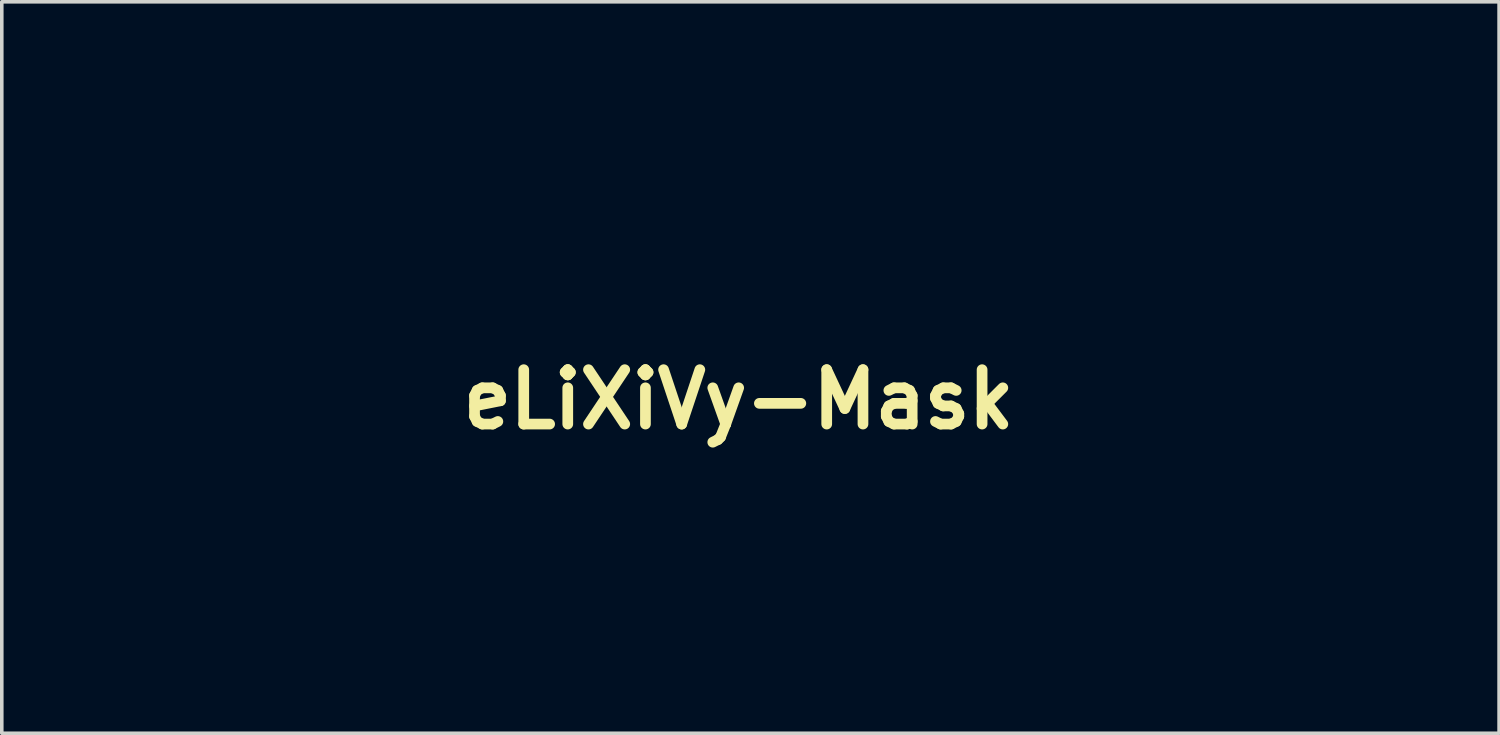
<source format=kicad_pcb>
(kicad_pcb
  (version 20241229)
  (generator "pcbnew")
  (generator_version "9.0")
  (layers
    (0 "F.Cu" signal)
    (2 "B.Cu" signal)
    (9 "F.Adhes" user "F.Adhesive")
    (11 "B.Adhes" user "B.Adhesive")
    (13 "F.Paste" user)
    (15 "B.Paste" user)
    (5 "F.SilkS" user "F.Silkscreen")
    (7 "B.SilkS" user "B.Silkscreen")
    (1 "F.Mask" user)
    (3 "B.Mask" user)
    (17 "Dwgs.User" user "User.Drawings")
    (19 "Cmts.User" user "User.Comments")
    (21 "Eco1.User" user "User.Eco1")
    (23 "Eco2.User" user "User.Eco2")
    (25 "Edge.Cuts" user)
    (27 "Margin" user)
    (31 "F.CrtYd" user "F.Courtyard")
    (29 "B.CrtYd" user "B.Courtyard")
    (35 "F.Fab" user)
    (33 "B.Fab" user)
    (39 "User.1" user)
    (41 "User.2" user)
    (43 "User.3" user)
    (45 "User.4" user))
  (footprint "eLiXiVy-Mask"
    (layer "F.Cu")
    (at 17.651 8.145)
    (property "Reference" "eLiXiVy-Mask" (at 0 0 0) (layer "F.SilkS") (effects (font (size 1.524 1.524) (thickness 0.3))))
    (attr through_hole)
    (fp_poly (pts (xy 9.717 -0.792) (xy 9.836 -0.752) (xy 9.941 -0.68) (xy 10.026 -0.576) (xy 10.04 -0.553) (xy 10.064 -0.505) (xy 10.081 -0.461) (xy 10.09 -0.409) (xy 10.095 -0.341) (xy 10.096 -0.244) (xy 10.097 -0.2) (xy 10.092 -0.053) (xy 10.078 0.06) (xy 10.051 0.149) (xy 10.008 0.22) (xy 9.947 0.283) (xy 9.935 0.293) (xy 9.824 0.359) (xy 9.694 0.395) (xy 9.559 0.4) (xy 9.432 0.372) (xy 9.407 0.362) (xy 9.305 0.295) (xy 9.219 0.199) (xy 9.159 0.086) (xy 9.142 0.032) (xy 9.129 -0.063) (xy 9.124 -0.176) (xy 9.129 -0.294) (xy 9.141 -0.403) (xy 9.16 -0.491) (xy 9.174 -0.529) (xy 9.254 -0.643) (xy 9.355 -0.726) (xy 9.47 -0.779) (xy 9.593 -0.801) (xy 9.717 -0.792)) (stroke (width 0.01) (type solid)) (fill yes) (layer "F.Mask"))
    (fp_poly (pts (xy 3.127 -0.764) (xy 3.248 -0.688) (xy 3.284 -0.654) (xy 3.345 -0.586) (xy 3.386 -0.518) (xy 3.412 -0.438) (xy 3.425 -0.338) (xy 3.429 -0.206) (xy 3.429 -0.201) (xy 3.425 -0.065) (xy 3.411 0.039) (xy 3.385 0.122) (xy 3.343 0.193) (xy 3.306 0.238) (xy 3.195 0.331) (xy 3.07 0.387) (xy 2.935 0.404) (xy 2.797 0.381) (xy 2.707 0.343) (xy 2.613 0.281) (xy 2.542 0.2) (xy 2.53 0.181) (xy 2.502 0.133) (xy 2.483 0.09) (xy 2.471 0.04) (xy 2.464 -0.026) (xy 2.46 -0.12) (xy 2.459 -0.165) (xy 2.458 -0.31) (xy 2.468 -0.422) (xy 2.491 -0.51) (xy 2.53 -0.582) (xy 2.587 -0.648) (xy 2.614 -0.673) (xy 2.737 -0.756) (xy 2.867 -0.799) (xy 2.999 -0.801) (xy 3.127 -0.764)) (stroke (width 0.01) (type solid)) (fill yes) (layer "F.Mask"))
    (fp_poly (pts (xy 3.053 0.838) (xy 3.171 0.88) (xy 3.275 0.953) (xy 3.359 1.054) (xy 3.389 1.111) (xy 3.396 1.128) (xy 3.403 1.149) (xy 3.408 1.176) (xy 3.412 1.213) (xy 3.416 1.262) (xy 3.419 1.325) (xy 3.422 1.407) (xy 3.424 1.509) (xy 3.425 1.635) (xy 3.427 1.787) (xy 3.427 1.969) (xy 3.428 2.183) (xy 3.428 2.432) (xy 3.428 2.719) (xy 3.429 2.892) (xy 3.429 4.588) (xy 3.37 4.702) (xy 3.293 4.813) (xy 3.194 4.89) (xy 3.07 4.934) (xy 2.955 4.948) (xy 2.862 4.948) (xy 2.794 4.938) (xy 2.735 4.916) (xy 2.72 4.908) (xy 2.636 4.858) (xy 2.578 4.808) (xy 2.533 4.743) (xy 2.505 4.688) (xy 2.456 4.583) (xy 2.456 2.886) (xy 2.455 1.19) (xy 2.514 1.077) (xy 2.593 0.968) (xy 2.693 0.89) (xy 2.807 0.842) (xy 2.93 0.825) (xy 3.053 0.838)) (stroke (width 0.01) (type solid)) (fill yes) (layer "F.Mask"))
    (fp_poly (pts (xy 9.659 0.829) (xy 9.798 0.855) (xy 9.913 0.916) (xy 10.009 1.014) (xy 10.028 1.041) (xy 10.086 1.129) (xy 10.086 4.649) (xy 10.028 4.737) (xy 9.941 4.841) (xy 9.838 4.908) (xy 9.712 4.942) (xy 9.643 4.948) (xy 9.541 4.948) (xy 9.463 4.935) (xy 9.407 4.914) (xy 9.315 4.853) (xy 9.232 4.766) (xy 9.17 4.667) (xy 9.146 4.604) (xy 9.142 4.564) (xy 9.138 4.487) (xy 9.134 4.375) (xy 9.131 4.233) (xy 9.128 4.065) (xy 9.126 3.875) (xy 9.124 3.668) (xy 9.123 3.446) (xy 9.122 3.215) (xy 9.122 2.978) (xy 9.122 2.74) (xy 9.122 2.504) (xy 9.123 2.275) (xy 9.125 2.057) (xy 9.127 1.853) (xy 9.129 1.668) (xy 9.132 1.507) (xy 9.135 1.372) (xy 9.139 1.268) (xy 9.143 1.2) (xy 9.146 1.174) (xy 9.179 1.094) (xy 9.233 1.011) (xy 9.253 0.986) (xy 9.35 0.898) (xy 9.461 0.846) (xy 9.591 0.828) (xy 9.659 0.829)) (stroke (width 0.01) (type solid)) (fill yes) (layer "F.Mask"))
    (fp_poly (pts (xy -10.168 2.914) (xy -10.109 2.935) (xy -10.028 2.969) (xy -9.931 3.014) (xy -9.883 3.036) (xy -9.696 3.122) (xy -9.532 3.185) (xy -9.385 3.227) (xy -9.243 3.25) (xy -9.099 3.257) (xy -9.041 3.256) (xy -8.836 3.249) (xy -8.561 3.594) (xy -8.461 3.719) (xy -8.35 3.851) (xy -8.24 3.979) (xy -8.139 4.094) (xy -8.066 4.173) (xy -7.845 4.407) (xy -7.542 4.553) (xy -7.429 4.61) (xy -7.338 4.659) (xy -7.274 4.698) (xy -7.242 4.724) (xy -7.239 4.73) (xy -7.254 4.764) (xy -7.297 4.82) (xy -7.36 4.889) (xy -7.438 4.967) (xy -7.525 5.048) (xy -7.614 5.124) (xy -7.651 5.153) (xy -7.847 5.298) (xy -8.066 5.447) (xy -8.3 5.596) (xy -8.542 5.741) (xy -8.786 5.878) (xy -9.025 6.003) (xy -9.251 6.113) (xy -9.458 6.203) (xy -9.623 6.264) (xy -9.759 6.304) (xy -9.891 6.332) (xy -10.011 6.347) (xy -10.112 6.349) (xy -10.187 6.338) (xy -10.226 6.315) (xy -10.251 6.284) (xy -10.269 6.251) (xy -10.283 6.21) (xy -10.292 6.155) (xy -10.299 6.077) (xy -10.305 5.97) (xy -10.31 5.842) (xy -10.316 5.699) (xy -10.322 5.59) (xy -10.331 5.507) (xy -10.342 5.442) (xy -10.356 5.388) (xy -10.369 5.352) (xy -10.448 5.188) (xy -10.556 5.022) (xy -10.683 4.867) (xy -10.712 4.836) (xy -10.838 4.708) (xy -10.733 4.471) (xy -10.673 4.33) (xy -10.61 4.172) (xy -10.545 4.003) (xy -10.482 3.829) (xy -10.421 3.656) (xy -10.365 3.489) (xy -10.316 3.334) (xy -10.275 3.197) (xy -10.245 3.083) (xy -10.227 2.999) (xy -10.223 2.96) (xy -10.211 2.921) (xy -10.196 2.909) (xy -10.168 2.914)) (stroke (width 0.01) (type solid)) (fill yes) (layer "F.Mask"))
    (fp_poly (pts (xy -1.338 -1.795) (xy -1.187 -1.747) (xy -1.054 -1.666) (xy -0.943 -1.554) (xy -0.874 -1.444) (xy -0.815 -1.323) (xy -0.803 3.661) (xy 0.408 3.666) (xy 0.665 3.668) (xy 0.883 3.669) (xy 1.066 3.67) (xy 1.217 3.672) (xy 1.34 3.674) (xy 1.438 3.676) (xy 1.514 3.68) (xy 1.573 3.683) (xy 1.617 3.688) (xy 1.651 3.694) (xy 1.677 3.701) (xy 1.699 3.71) (xy 1.718 3.718) (xy 1.83 3.788) (xy 1.934 3.885) (xy 2.016 3.996) (xy 2.039 4.04) (xy 2.072 4.148) (xy 2.086 4.277) (xy 2.081 4.409) (xy 2.057 4.528) (xy 2.04 4.573) (xy 1.956 4.711) (xy 1.842 4.821) (xy 1.731 4.889) (xy 1.602 4.953) (xy 0.002 4.952) (xy -0.312 4.952) (xy -0.586 4.951) (xy -0.823 4.95) (xy -1.025 4.949) (xy -1.195 4.947) (xy -1.334 4.945) (xy -1.447 4.942) (xy -1.534 4.939) (xy -1.599 4.935) (xy -1.643 4.93) (xy -1.671 4.925) (xy -1.675 4.924) (xy -1.826 4.849) (xy -1.949 4.742) (xy -2.046 4.602) (xy -2.067 4.561) (xy -2.072 4.548) (xy -2.077 4.532) (xy -2.082 4.511) (xy -2.086 4.482) (xy -2.09 4.444) (xy -2.093 4.395) (xy -2.096 4.332) (xy -2.098 4.253) (xy -2.1 4.156) (xy -2.102 4.039) (xy -2.104 3.899) (xy -2.105 3.735) (xy -2.106 3.544) (xy -2.107 3.325) (xy -2.108 3.074) (xy -2.109 2.79) (xy -2.11 2.47) (xy -2.111 2.113) (xy -2.112 1.716) (xy -2.112 1.64) (xy -2.113 1.184) (xy -2.113 0.769) (xy -2.113 0.394) (xy -2.113 0.059) (xy -2.112 -0.237) (xy -2.111 -0.495) (xy -2.109 -0.716) (xy -2.108 -0.9) (xy -2.105 -1.05) (xy -2.103 -1.165) (xy -2.1 -1.247) (xy -2.096 -1.295) (xy -2.094 -1.307) (xy -2.049 -1.437) (xy -1.972 -1.559) (xy -1.872 -1.665) (xy -1.757 -1.744) (xy -1.666 -1.78) (xy -1.499 -1.807) (xy -1.338 -1.795)) (stroke (width 0.01) (type solid)) (fill yes) (layer "F.Mask"))
    (fp_poly (pts (xy 14.943 -1.776) (xy 15.084 -1.712) (xy 15.208 -1.617) (xy 15.308 -1.492) (xy 15.329 -1.455) (xy 15.354 -1.4) (xy 15.368 -1.342) (xy 15.375 -1.266) (xy 15.377 -1.175) (xy 15.378 -0.984) (xy 14.427 1.714) (xy 14.312 2.042) (xy 14.2 2.359) (xy 14.093 2.665) (xy 13.99 2.956) (xy 13.894 3.23) (xy 13.804 3.484) (xy 13.722 3.717) (xy 13.648 3.925) (xy 13.584 4.107) (xy 13.53 4.26) (xy 13.487 4.381) (xy 13.456 4.468) (xy 13.438 4.519) (xy 13.435 4.529) (xy 13.372 4.65) (xy 13.282 4.762) (xy 13.174 4.853) (xy 13.067 4.91) (xy 12.946 4.94) (xy 12.809 4.951) (xy 12.675 4.941) (xy 12.581 4.919) (xy 12.478 4.866) (xy 12.377 4.785) (xy 12.293 4.689) (xy 12.267 4.65) (xy 12.254 4.619) (xy 12.228 4.552) (xy 12.19 4.449) (xy 12.14 4.313) (xy 12.079 4.146) (xy 12.009 3.952) (xy 11.929 3.731) (xy 11.842 3.488) (xy 11.747 3.223) (xy 11.647 2.939) (xy 11.54 2.64) (xy 11.429 2.326) (xy 11.314 2) (xy 11.236 1.778) (xy 11.099 1.389) (xy 10.975 1.038) (xy 10.864 0.723) (xy 10.765 0.441) (xy 10.678 0.191) (xy 10.601 -0.029) (xy 10.534 -0.222) (xy 10.476 -0.389) (xy 10.427 -0.533) (xy 10.386 -0.655) (xy 10.352 -0.759) (xy 10.324 -0.845) (xy 10.303 -0.916) (xy 10.286 -0.974) (xy 10.274 -1.02) (xy 10.266 -1.058) (xy 10.26 -1.089) (xy 10.257 -1.116) (xy 10.256 -1.139) (xy 10.256 -1.162) (xy 10.256 -1.164) (xy 10.273 -1.328) (xy 10.323 -1.468) (xy 10.408 -1.589) (xy 10.45 -1.631) (xy 10.58 -1.729) (xy 10.719 -1.787) (xy 10.867 -1.806) (xy 11.035 -1.791) (xy 11.186 -1.742) (xy 11.315 -1.661) (xy 11.417 -1.55) (xy 11.445 -1.506) (xy 11.461 -1.471) (xy 11.489 -1.4) (xy 11.529 -1.294) (xy 11.58 -1.157) (xy 11.64 -0.992) (xy 11.709 -0.802) (xy 11.786 -0.59) (xy 11.869 -0.359) (xy 11.957 -0.112) (xy 12.049 0.149) (xy 12.144 0.419) (xy 12.16 0.462) (xy 12.254 0.731) (xy 12.345 0.987) (xy 12.431 1.229) (xy 12.511 1.453) (xy 12.585 1.657) (xy 12.651 1.838) (xy 12.708 1.993) (xy 12.755 2.119) (xy 12.792 2.215) (xy 12.817 2.276) (xy 12.829 2.301) (xy 12.83 2.301) (xy 12.838 2.279) (xy 12.86 2.22) (xy 12.892 2.128) (xy 12.936 2.007) (xy 12.988 1.859) (xy 13.049 1.688) (xy 13.116 1.498) (xy 13.189 1.291) (xy 13.267 1.072) (xy 13.348 0.844) (xy 13.43 0.61) (xy 13.514 0.373) (xy 13.597 0.137) (xy 13.678 -0.094) (xy 13.757 -0.317) (xy 13.832 -0.53) (xy 13.901 -0.727) (xy 13.964 -0.907) (xy 14.02 -1.065) (xy 14.066 -1.199) (xy 14.103 -1.304) (xy 14.123 -1.361) (xy 14.184 -1.486) (xy 14.274 -1.603) (xy 14.383 -1.699) (xy 14.483 -1.757) (xy 14.635 -1.801) (xy 14.791 -1.807) (xy 14.943 -1.776)) (stroke (width 0.01) (type solid)) (fill yes) (layer "F.Mask"))
    (fp_poly (pts (xy -4.096 0.181) (xy -3.973 0.182) (xy -3.882 0.185) (xy -3.812 0.192) (xy -3.754 0.204) (xy -3.696 0.222) (xy -3.657 0.236) (xy -3.48 0.316) (xy -3.319 0.415) (xy -3.159 0.543) (xy -3.117 0.581) (xy -2.949 0.755) (xy -2.821 0.926) (xy -2.731 1.099) (xy -2.678 1.278) (xy -2.66 1.466) (xy -2.66 1.482) (xy -2.681 1.681) (xy -2.74 1.877) (xy -2.84 2.071) (xy -2.98 2.265) (xy -3.16 2.457) (xy -3.382 2.649) (xy -3.645 2.841) (xy -3.887 2.997) (xy -4.007 3.067) (xy -4.158 3.149) (xy -4.329 3.239) (xy -4.512 3.332) (xy -4.698 3.423) (xy -4.878 3.509) (xy -5.043 3.585) (xy -5.184 3.646) (xy -5.223 3.662) (xy -5.333 3.708) (xy -5.408 3.745) (xy -5.449 3.777) (xy -5.461 3.808) (xy -5.447 3.841) (xy -5.416 3.876) (xy -5.39 3.898) (xy -5.36 3.91) (xy -5.314 3.915) (xy -5.243 3.913) (xy -5.188 3.91) (xy -5.011 3.884) (xy -4.808 3.827) (xy -4.582 3.74) (xy -4.336 3.624) (xy -4.07 3.48) (xy -3.789 3.31) (xy -3.493 3.114) (xy -3.185 2.894) (xy -3.168 2.882) (xy -3.062 2.805) (xy -2.979 2.751) (xy -2.913 2.716) (xy -2.854 2.695) (xy -2.828 2.689) (xy -2.679 2.678) (xy -2.54 2.706) (xy -2.418 2.77) (xy -2.316 2.867) (xy -2.241 2.994) (xy -2.233 3.014) (xy -2.206 3.138) (xy -2.21 3.273) (xy -2.245 3.402) (xy -2.273 3.459) (xy -2.318 3.515) (xy -2.395 3.589) (xy -2.501 3.678) (xy -2.631 3.778) (xy -2.781 3.888) (xy -2.947 4.002) (xy -3.125 4.12) (xy -3.31 4.237) (xy -3.421 4.304) (xy -3.572 4.39) (xy -3.742 4.481) (xy -3.919 4.57) (xy -4.095 4.654) (xy -4.259 4.727) (xy -4.401 4.785) (xy -4.452 4.803) (xy -4.71 4.88) (xy -4.965 4.929) (xy -5.207 4.951) (xy -5.433 4.944) (xy -5.626 4.91) (xy -5.838 4.835) (xy -6.023 4.727) (xy -6.18 4.588) (xy -6.309 4.417) (xy -6.411 4.215) (xy -6.483 3.981) (xy -6.497 3.92) (xy -6.509 3.827) (xy -6.516 3.704) (xy -6.518 3.561) (xy -6.516 3.411) (xy -6.508 3.266) (xy -6.496 3.136) (xy -6.488 3.08) (xy -6.407 2.696) (xy -6.358 2.539) (xy -5.262 2.539) (xy -5.261 2.54) (xy -5.239 2.532) (xy -5.188 2.51) (xy -5.118 2.479) (xy -5.096 2.469) (xy -4.932 2.389) (xy -4.749 2.292) (xy -4.559 2.185) (xy -4.377 2.075) (xy -4.233 1.982) (xy -4.133 1.91) (xy -4.031 1.831) (xy -3.934 1.748) (xy -3.847 1.669) (xy -3.776 1.597) (xy -3.726 1.539) (xy -3.705 1.499) (xy -3.704 1.494) (xy -3.72 1.455) (xy -3.763 1.402) (xy -3.824 1.343) (xy -3.892 1.286) (xy -3.96 1.241) (xy -3.992 1.225) (xy -4.081 1.196) (xy -4.155 1.197) (xy -4.285 1.244) (xy -4.423 1.328) (xy -4.565 1.446) (xy -4.707 1.595) (xy -4.847 1.77) (xy -4.98 1.969) (xy -5.023 2.043) (xy -5.066 2.12) (xy -5.112 2.209) (xy -5.158 2.3) (xy -5.199 2.386) (xy -5.233 2.459) (xy -5.255 2.513) (xy -5.262 2.539) (xy -6.358 2.539) (xy -6.287 2.312) (xy -6.134 1.936) (xy -5.951 1.574) (xy -5.74 1.234) (xy -5.505 0.924) (xy -5.493 0.91) (xy -5.302 0.709) (xy -5.097 0.533) (xy -4.882 0.387) (xy -4.665 0.275) (xy -4.546 0.23) (xy -4.476 0.209) (xy -4.411 0.195) (xy -4.34 0.186) (xy -4.251 0.182) (xy -4.134 0.181) (xy -4.096 0.181)) (stroke (width 0.01) (type solid)) (fill yes) (layer "F.Mask"))
    (fp_poly (pts (xy 17.877 0.165) (xy 17.989 0.209) (xy 18.089 0.274) (xy 18.116 0.299) (xy 18.159 0.346) (xy 18.193 0.398) (xy 18.219 0.459) (xy 18.24 0.535) (xy 18.256 0.634) (xy 18.269 0.759) (xy 18.28 0.917) (xy 18.287 1.032) (xy 18.305 1.529) (xy 18.305 1.988) (xy 18.286 2.412) (xy 18.249 2.8) (xy 18.194 3.154) (xy 18.12 3.475) (xy 18.027 3.763) (xy 17.914 4.021) (xy 17.84 4.158) (xy 17.781 4.246) (xy 17.699 4.348) (xy 17.604 4.454) (xy 17.56 4.5) (xy 17.47 4.588) (xy 17.395 4.653) (xy 17.325 4.704) (xy 17.248 4.749) (xy 17.166 4.79) (xy 17.062 4.836) (xy 16.951 4.878) (xy 16.851 4.91) (xy 16.813 4.919) (xy 16.702 4.936) (xy 16.563 4.947) (xy 16.408 4.951) (xy 16.249 4.948) (xy 16.1 4.939) (xy 15.974 4.923) (xy 15.967 4.922) (xy 15.698 4.852) (xy 15.432 4.742) (xy 15.174 4.595) (xy 15.059 4.514) (xy 14.958 4.435) (xy 14.846 4.343) (xy 14.731 4.242) (xy 14.619 4.139) (xy 14.515 4.039) (xy 14.427 3.949) (xy 14.359 3.874) (xy 14.321 3.823) (xy 14.266 3.697) (xy 14.247 3.555) (xy 14.265 3.411) (xy 14.266 3.408) (xy 14.307 3.319) (xy 14.377 3.23) (xy 14.463 3.154) (xy 14.554 3.103) (xy 14.576 3.095) (xy 14.681 3.071) (xy 14.776 3.069) (xy 14.868 3.09) (xy 14.963 3.138) (xy 15.068 3.215) (xy 15.191 3.323) (xy 15.205 3.337) (xy 15.398 3.514) (xy 15.571 3.659) (xy 15.73 3.773) (xy 15.878 3.86) (xy 16.022 3.921) (xy 16.165 3.959) (xy 16.311 3.976) (xy 16.467 3.975) (xy 16.477 3.975) (xy 16.62 3.953) (xy 16.742 3.904) (xy 16.848 3.826) (xy 16.943 3.713) (xy 17.03 3.563) (xy 17.049 3.524) (xy 17.112 3.381) (xy 17.162 3.241) (xy 17.204 3.088) (xy 17.239 2.92) (xy 17.253 2.843) (xy 17.258 2.799) (xy 17.253 2.781) (xy 17.239 2.781) (xy 17.233 2.783) (xy 17.1 2.821) (xy 16.94 2.846) (xy 16.766 2.857) (xy 16.59 2.853) (xy 16.426 2.835) (xy 16.336 2.817) (xy 16.109 2.739) (xy 15.907 2.629) (xy 15.732 2.485) (xy 15.582 2.308) (xy 15.456 2.097) (xy 15.355 1.852) (xy 15.31 1.704) (xy 15.292 1.632) (xy 15.278 1.569) (xy 15.267 1.507) (xy 15.26 1.438) (xy 15.256 1.355) (xy 15.254 1.249) (xy 15.252 1.114) (xy 15.252 1.016) (xy 15.252 0.849) (xy 15.254 0.717) (xy 15.258 0.616) (xy 15.267 0.538) (xy 15.281 0.477) (xy 15.301 0.428) (xy 15.329 0.383) (xy 15.365 0.337) (xy 15.377 0.322) (xy 15.475 0.236) (xy 15.595 0.181) (xy 15.726 0.158) (xy 15.857 0.168) (xy 15.98 0.214) (xy 15.987 0.218) (xy 16.088 0.295) (xy 16.168 0.39) (xy 16.204 0.455) (xy 16.209 0.489) (xy 16.214 0.557) (xy 16.219 0.654) (xy 16.222 0.771) (xy 16.224 0.902) (xy 16.224 0.921) (xy 16.226 1.083) (xy 16.23 1.211) (xy 16.236 1.31) (xy 16.245 1.387) (xy 16.258 1.449) (xy 16.264 1.471) (xy 16.321 1.627) (xy 16.396 1.744) (xy 16.49 1.825) (xy 16.603 1.871) (xy 16.721 1.883) (xy 16.862 1.864) (xy 16.984 1.807) (xy 17.084 1.714) (xy 17.164 1.585) (xy 17.189 1.525) (xy 17.226 1.402) (xy 17.256 1.252) (xy 17.277 1.09) (xy 17.288 0.932) (xy 17.286 0.804) (xy 17.283 0.662) (xy 17.293 0.549) (xy 17.319 0.458) (xy 17.365 0.377) (xy 17.413 0.318) (xy 17.517 0.229) (xy 17.637 0.171) (xy 17.761 0.148) (xy 17.769 0.148) (xy 17.877 0.165)) (stroke (width 0.01) (type solid)) (fill yes) (layer "F.Mask"))
    (fp_poly (pts (xy 4.721 -1.838) (xy 4.856 -1.795) (xy 4.975 -1.72) (xy 5.023 -1.676) (xy 5.05 -1.643) (xy 5.096 -1.577) (xy 5.16 -1.482) (xy 5.238 -1.362) (xy 5.329 -1.221) (xy 5.43 -1.062) (xy 5.539 -0.888) (xy 5.653 -0.704) (xy 5.679 -0.661) (xy 5.79 -0.481) (xy 5.894 -0.313) (xy 5.99 -0.159) (xy 6.074 -0.023) (xy 6.146 0.091) (xy 6.203 0.181) (xy 6.243 0.242) (xy 6.263 0.272) (xy 6.265 0.274) (xy 6.278 0.257) (xy 6.311 0.206) (xy 6.361 0.127) (xy 6.427 0.021) (xy 6.506 -0.107) (xy 6.597 -0.254) (xy 6.697 -0.417) (xy 6.803 -0.592) (xy 6.826 -0.629) (xy 6.937 -0.81) (xy 7.044 -0.982) (xy 7.144 -1.142) (xy 7.235 -1.285) (xy 7.315 -1.408) (xy 7.38 -1.507) (xy 7.429 -1.577) (xy 7.459 -1.616) (xy 7.461 -1.618) (xy 7.585 -1.717) (xy 7.722 -1.779) (xy 7.868 -1.808) (xy 8.015 -1.803) (xy 8.157 -1.766) (xy 8.288 -1.698) (xy 8.401 -1.6) (xy 8.49 -1.473) (xy 8.51 -1.431) (xy 8.555 -1.289) (xy 8.569 -1.142) (xy 8.552 -1.004) (xy 8.543 -0.976) (xy 8.527 -0.94) (xy 8.489 -0.871) (xy 8.433 -0.773) (xy 8.361 -0.649) (xy 8.275 -0.502) (xy 8.175 -0.336) (xy 8.066 -0.154) (xy 7.947 0.041) (xy 7.823 0.246) (xy 7.776 0.322) (xy 7.65 0.526) (xy 7.532 0.72) (xy 7.421 0.9) (xy 7.322 1.064) (xy 7.234 1.209) (xy 7.161 1.331) (xy 7.104 1.427) (xy 7.064 1.494) (xy 7.044 1.53) (xy 7.042 1.535) (xy 7.053 1.557) (xy 7.084 1.611) (xy 7.134 1.695) (xy 7.2 1.807) (xy 7.282 1.942) (xy 7.376 2.098) (xy 7.482 2.273) (xy 7.598 2.462) (xy 7.721 2.663) (xy 7.789 2.774) (xy 7.917 2.982) (xy 8.039 3.182) (xy 8.153 3.371) (xy 8.257 3.544) (xy 8.349 3.699) (xy 8.427 3.832) (xy 8.49 3.941) (xy 8.535 4.022) (xy 8.561 4.072) (xy 8.565 4.083) (xy 8.591 4.23) (xy 8.585 4.387) (xy 8.558 4.511) (xy 8.506 4.618) (xy 8.425 4.724) (xy 8.325 4.819) (xy 8.218 4.892) (xy 8.152 4.92) (xy 7.998 4.952) (xy 7.838 4.948) (xy 7.684 4.911) (xy 7.544 4.845) (xy 7.434 4.755) (xy 7.41 4.724) (xy 7.367 4.66) (xy 7.307 4.568) (xy 7.232 4.452) (xy 7.145 4.314) (xy 7.048 4.159) (xy 6.943 3.991) (xy 6.834 3.813) (xy 6.826 3.799) (xy 6.717 3.623) (xy 6.615 3.456) (xy 6.521 3.303) (xy 6.438 3.168) (xy 6.368 3.054) (xy 6.313 2.965) (xy 6.275 2.904) (xy 6.257 2.875) (xy 6.256 2.874) (xy 6.248 2.871) (xy 6.234 2.878) (xy 6.214 2.9) (xy 6.184 2.938) (xy 6.144 2.996) (xy 6.092 3.075) (xy 6.025 3.179) (xy 5.943 3.31) (xy 5.843 3.471) (xy 5.724 3.664) (xy 5.654 3.779) (xy 5.515 4.004) (xy 5.397 4.195) (xy 5.296 4.356) (xy 5.21 4.489) (xy 5.137 4.598) (xy 5.075 4.685) (xy 5.022 4.753) (xy 4.975 4.805) (xy 4.933 4.845) (xy 4.892 4.874) (xy 4.851 4.895) (xy 4.808 4.913) (xy 4.789 4.92) (xy 4.679 4.943) (xy 4.55 4.95) (xy 4.422 4.94) (xy 4.318 4.916) (xy 4.227 4.868) (xy 4.133 4.793) (xy 4.047 4.701) (xy 3.98 4.604) (xy 3.951 4.542) (xy 3.921 4.406) (xy 3.917 4.262) (xy 3.939 4.127) (xy 3.966 4.053) (xy 3.985 4.017) (xy 4.025 3.948) (xy 4.083 3.85) (xy 4.157 3.726) (xy 4.246 3.579) (xy 4.346 3.413) (xy 4.457 3.232) (xy 4.575 3.038) (xy 4.7 2.835) (xy 4.731 2.783) (xy 4.856 2.581) (xy 4.973 2.389) (xy 5.081 2.211) (xy 5.18 2.048) (xy 5.265 1.905) (xy 5.337 1.785) (xy 5.392 1.691) (xy 5.429 1.625) (xy 5.447 1.591) (xy 5.448 1.587) (xy 5.437 1.565) (xy 5.406 1.509) (xy 5.356 1.423) (xy 5.29 1.31) (xy 5.208 1.173) (xy 5.113 1.016) (xy 5.007 0.84) (xy 4.891 0.65) (xy 4.768 0.448) (xy 4.701 0.339) (xy 4.573 0.13) (xy 4.451 -0.069) (xy 4.337 -0.257) (xy 4.234 -0.429) (xy 4.141 -0.583) (xy 4.063 -0.715) (xy 4 -0.822) (xy 3.955 -0.902) (xy 3.929 -0.949) (xy 3.924 -0.96) (xy 3.903 -1.055) (xy 3.896 -1.172) (xy 3.902 -1.293) (xy 3.921 -1.401) (xy 3.929 -1.426) (xy 3.98 -1.527) (xy 4.06 -1.63) (xy 4.156 -1.722) (xy 4.259 -1.791) (xy 4.281 -1.801) (xy 4.359 -1.83) (xy 4.44 -1.846) (xy 4.542 -1.851) (xy 4.561 -1.851) (xy 4.721 -1.838)) (stroke (width 0.01) (type solid)) (fill yes) (layer "F.Mask"))
    (fp_poly (pts (xy -13.131 -8.131) (xy -12.839 -8.083) (xy -12.759 -8.063) (xy -12.637 -8.022) (xy -12.5 -7.966) (xy -12.36 -7.9) (xy -12.227 -7.829) (xy -12.113 -7.759) (xy -12.028 -7.695) (xy -12.026 -7.693) (xy -11.937 -7.605) (xy -11.877 -7.524) (xy -11.842 -7.437) (xy -11.826 -7.331) (xy -11.823 -7.218) (xy -11.826 -7.136) (xy -11.833 -7.059) (xy -11.846 -6.979) (xy -11.868 -6.893) (xy -11.899 -6.793) (xy -11.942 -6.675) (xy -11.998 -6.533) (xy -12.069 -6.361) (xy -12.118 -6.245) (xy -12.228 -5.974) (xy -12.318 -5.735) (xy -12.387 -5.524) (xy -12.437 -5.336) (xy -12.47 -5.168) (xy -12.486 -5.015) (xy -12.488 -4.939) (xy -12.476 -4.778) (xy -12.441 -4.608) (xy -12.388 -4.44) (xy -12.321 -4.286) (xy -12.242 -4.158) (xy -12.204 -4.111) (xy -12.157 -4.063) (xy -12.111 -4.027) (xy -12.059 -4.004) (xy -11.993 -3.99) (xy -11.908 -3.986) (xy -11.795 -3.99) (xy -11.648 -3.999) (xy -11.628 -4.001) (xy -11.458 -4.012) (xy -11.324 -4.016) (xy -11.222 -4.013) (xy -11.147 -4.003) (xy -11.095 -3.985) (xy -11.066 -3.965) (xy -11.03 -3.909) (xy -11.013 -3.835) (xy -11.02 -3.765) (xy -11.027 -3.747) (xy -11.077 -3.691) (xy -11.165 -3.632) (xy -11.288 -3.573) (xy -11.442 -3.515) (xy -11.489 -3.5) (xy -11.62 -3.456) (xy -11.717 -3.414) (xy -11.787 -3.37) (xy -11.838 -3.318) (xy -11.877 -3.253) (xy -11.893 -3.218) (xy -11.934 -3.097) (xy -11.952 -2.971) (xy -11.947 -2.834) (xy -11.918 -2.677) (xy -11.865 -2.494) (xy -11.861 -2.483) (xy -11.818 -2.366) (xy -11.762 -2.231) (xy -11.695 -2.084) (xy -11.621 -1.933) (xy -11.543 -1.782) (xy -11.466 -1.638) (xy -11.391 -1.508) (xy -11.323 -1.398) (xy -11.264 -1.314) (xy -11.218 -1.263) (xy -11.217 -1.261) (xy -11.17 -1.228) (xy -11.116 -1.206) (xy -11.05 -1.194) (xy -10.962 -1.192) (xy -10.848 -1.199) (xy -10.7 -1.214) (xy -10.679 -1.216) (xy -10.452 -1.24) (xy -10.237 -1.256) (xy -10.04 -1.265) (xy -9.866 -1.267) (xy -9.721 -1.26) (xy -9.61 -1.245) (xy -9.588 -1.241) (xy -9.48 -1.205) (xy -9.408 -1.159) (xy -9.37 -1.098) (xy -9.359 -1.017) (xy -9.36 -0.998) (xy -9.366 -0.9) (xy -9.536 -0.902) (xy -9.654 -0.91) (xy -9.807 -0.932) (xy -9.991 -0.967) (xy -10.059 -0.981) (xy -10.274 -1.026) (xy -10.454 -1.056) (xy -10.603 -1.073) (xy -10.725 -1.078) (xy -10.825 -1.07) (xy -10.918 -1.039) (xy -11.006 -0.98) (xy -11.076 -0.902) (xy -11.119 -0.818) (xy -11.124 -0.799) (xy -11.13 -0.685) (xy -11.102 -0.583) (xy -11.037 -0.49) (xy -10.933 -0.403) (xy -10.841 -0.346) (xy -10.559 -0.176) (xy -10.279 0.016) (xy -10.015 0.22) (xy -9.777 0.429) (xy -9.697 0.506) (xy -9.457 0.77) (xy -9.258 1.041) (xy -9.099 1.318) (xy -8.982 1.602) (xy -8.905 1.891) (xy -8.871 2.185) (xy -8.869 2.28) (xy -8.871 2.388) (xy -8.879 2.462) (xy -8.899 2.507) (xy -8.936 2.53) (xy -8.995 2.539) (xy -9.055 2.54) (xy -9.129 2.538) (xy -9.195 2.532) (xy -9.261 2.519) (xy -9.334 2.497) (xy -9.421 2.463) (xy -9.529 2.415) (xy -9.665 2.352) (xy -9.717 2.327) (xy -9.839 2.27) (xy -9.956 2.219) (xy -10.061 2.177) (xy -10.144 2.147) (xy -10.189 2.135) (xy -10.342 2.124) (xy -10.487 2.154) (xy -10.617 2.22) (xy -10.728 2.322) (xy -10.776 2.387) (xy -10.805 2.438) (xy -10.831 2.491) (xy -10.854 2.555) (xy -10.879 2.636) (xy -10.907 2.744) (xy -10.94 2.884) (xy -10.943 2.9) (xy -11.002 3.124) (xy -11.079 3.375) (xy -11.171 3.643) (xy -11.275 3.919) (xy -11.388 4.194) (xy -11.412 4.249) (xy -11.454 4.341) (xy -11.486 4.4) (xy -11.511 4.432) (xy -11.535 4.444) (xy -11.543 4.444) (xy -11.58 4.439) (xy -11.649 4.424) (xy -11.74 4.403) (xy -11.844 4.377) (xy -11.864 4.372) (xy -12.257 4.248) (xy -12.635 4.085) (xy -12.997 3.884) (xy -13.343 3.644) (xy -13.671 3.366) (xy -13.981 3.051) (xy -14.181 2.815) (xy -14.365 2.57) (xy -14.545 2.303) (xy -14.713 2.026) (xy -14.861 1.751) (xy -14.984 1.49) (xy -14.987 1.482) (xy -15.025 1.399) (xy -15.061 1.324) (xy -15.09 1.273) (xy -15.094 1.267) (xy -15.165 1.201) (xy -15.26 1.157) (xy -15.367 1.139) (xy -15.472 1.15) (xy -15.532 1.173) (xy -15.566 1.2) (xy -15.621 1.254) (xy -15.691 1.329) (xy -15.77 1.419) (xy -15.836 1.497) (xy -15.991 1.681) (xy -16.144 1.851) (xy -16.291 2.002) (xy -16.426 2.131) (xy -16.546 2.232) (xy -16.613 2.281) (xy -16.714 2.344) (xy -16.79 2.38) (xy -16.849 2.388) (xy -16.898 2.368) (xy -16.945 2.321) (xy -16.972 2.284) (xy -17 2.237) (xy -17.013 2.189) (xy -17.016 2.123) (xy -17.014 2.071) (xy -17.007 1.995) (xy -16.991 1.926) (xy -16.963 1.85) (xy -16.917 1.753) (xy -16.907 1.733) (xy -16.865 1.652) (xy -16.818 1.57) (xy -16.765 1.483) (xy -16.701 1.386) (xy -16.625 1.278) (xy -16.534 1.152) (xy -16.425 1.007) (xy -16.295 0.837) (xy -16.142 0.639) (xy -16.095 0.578) (xy -15.99 0.443) (xy -15.894 0.317) (xy -15.808 0.203) (xy -15.737 0.107) (xy -15.683 0.032) (xy -15.651 -0.016) (xy -15.642 -0.032) (xy -15.624 -0.1) (xy -15.623 -0.172) (xy -15.642 -0.256) (xy -15.681 -0.359) (xy -15.73 -0.465) (xy -15.917 -0.895) (xy -16.071 -1.342) (xy -16.189 -1.8) (xy -16.271 -2.262) (xy -16.313 -2.723) (xy -16.32 -2.974) (xy -16.321 -3.101) (xy -16.325 -3.194) (xy -16.332 -3.262) (xy -16.344 -3.313) (xy -16.36 -3.355) (xy -16.413 -3.446) (xy -16.48 -3.511) (xy -16.569 -3.555) (xy -16.689 -3.583) (xy -16.722 -3.587) (xy -16.917 -3.618) (xy -17.103 -3.658) (xy -17.27 -3.703) (xy -17.413 -3.753) (xy -17.524 -3.804) (xy -17.552 -3.821) (xy -17.619 -3.881) (xy -17.646 -3.951) (xy -17.637 -4.037) (xy -17.631 -4.055) (xy -17.606 -4.109) (xy -17.563 -4.148) (xy -17.508 -4.176) (xy -17.413 -4.203) (xy -17.283 -4.217) (xy -17.126 -4.218) (xy -16.946 -4.206) (xy -16.75 -4.181) (xy -16.636 -4.161) (xy -16.496 -4.137) (xy -16.389 -4.124) (xy -16.307 -4.124) (xy -16.242 -4.136) (xy -16.186 -4.162) (xy -16.132 -4.203) (xy -16.131 -4.203) (xy -16.084 -4.254) (xy -16.048 -4.322) (xy -16.022 -4.413) (xy -16.004 -4.533) (xy -15.993 -4.688) (xy -15.992 -4.699) (xy -15.957 -5.103) (xy -15.894 -5.493) (xy -15.803 -5.864) (xy -15.685 -6.216) (xy -15.543 -6.545) (xy -15.377 -6.851) (xy -15.189 -7.129) (xy -14.98 -7.379) (xy -14.752 -7.598) (xy -14.506 -7.784) (xy -14.243 -7.934) (xy -13.981 -8.041) (xy -13.707 -8.11) (xy -13.422 -8.14) (xy -13.131 -8.131)) (stroke (width 0.01) (type solid)) (fill yes) (layer "F.Mask")))
  (gr_rect
    (start -3 -3)
    (end 38.961 17.499)
    (stroke (width 0.1) (type default))
    (fill no)
    (layer "Edge.Cuts")))
</source>
